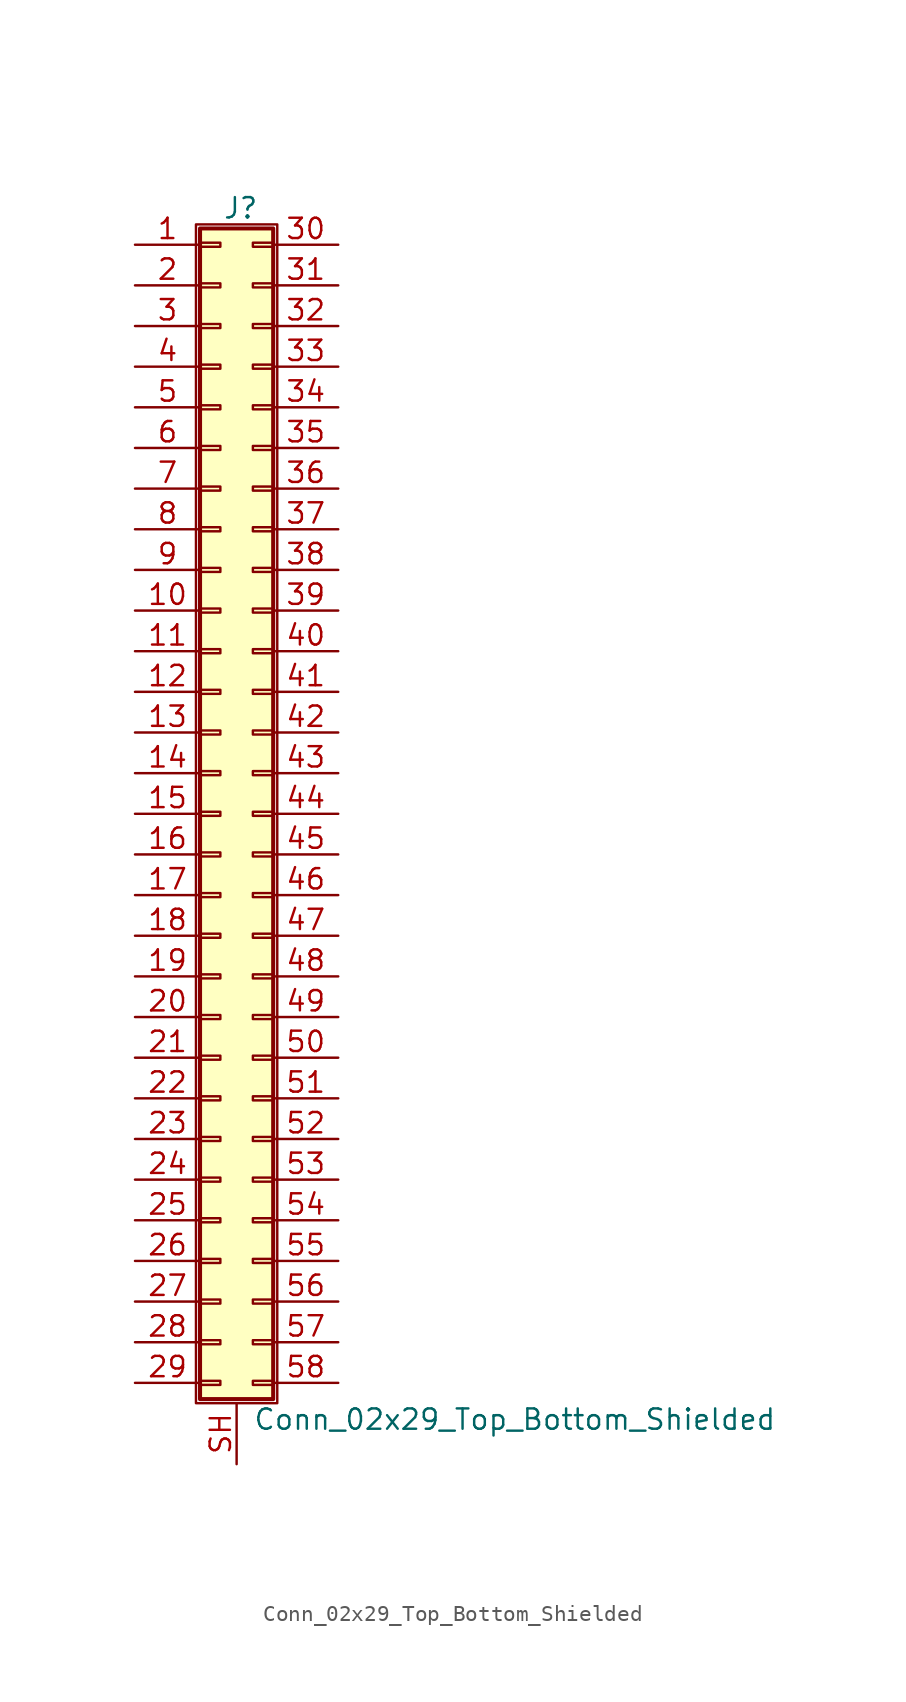
<source format=kicad_sym>
(kicad_symbol_lib
  (version 20201005)
  (generator kicad_symbol_editor)
  (symbol "Conn_02x29_Top_Bottom_Shielded"
    (pin_names
      (offset 1.016) hide)
    (property "Reference" "J"
      (at 1.524 37.846 0)
      (effects (font (size 1.27 1.27))))
    (property "Value" "Conn_02x29_Top_Bottom_Shielded"
      (at 2.286 -37.846 0)
      (effects (font (size 1.27 1.27)) (justify left)))
    (symbol "Conn_02x29_Top_Bottom_Shielded_1_1"
      (rectangle (start -1.27 36.83) (end 3.81 -36.83) (stroke (width 0.152)) (fill (type none)))
      (rectangle (start -1.016 -35.433) (end 0.254 -35.687) (stroke (width 0.152)) (fill (type none)))
      (rectangle (start -1.016 -32.893) (end 0.254 -33.147) (stroke (width 0.152)) (fill (type none)))
      (rectangle (start -1.016 -30.353) (end 0.254 -30.607) (stroke (width 0.152)) (fill (type none)))
      (rectangle (start -1.016 -27.813) (end 0.254 -28.067) (stroke (width 0.152)) (fill (type none)))
      (rectangle (start -1.016 -25.273) (end 0.254 -25.527) (stroke (width 0.152)) (fill (type none)))
      (rectangle (start -1.016 -22.733) (end 0.254 -22.987) (stroke (width 0.152)) (fill (type none)))
      (rectangle (start -1.016 -20.193) (end 0.254 -20.447) (stroke (width 0.152)) (fill (type none)))
      (rectangle (start -1.016 -17.653) (end 0.254 -17.907) (stroke (width 0.152)) (fill (type none)))
      (rectangle (start -1.016 -15.113) (end 0.254 -15.367) (stroke (width 0.152)) (fill (type none)))
      (rectangle (start -1.016 -12.573) (end 0.254 -12.827) (stroke (width 0.152)) (fill (type none)))
      (rectangle (start -1.016 -10.033) (end 0.254 -10.287) (stroke (width 0.152)) (fill (type none)))
      (rectangle (start -1.016 -7.493) (end 0.254 -7.747) (stroke (width 0.152)) (fill (type none)))
      (rectangle (start -1.016 -4.953) (end 0.254 -5.207) (stroke (width 0.152)) (fill (type none)))
      (rectangle (start -1.016 -2.413) (end 0.254 -2.667) (stroke (width 0.152)) (fill (type none)))
      (rectangle (start -1.016 0.127) (end 0.254 -0.127) (stroke (width 0.152)) (fill (type none)))
      (rectangle (start -1.016 2.667) (end 0.254 2.413) (stroke (width 0.152)) (fill (type none)))
      (rectangle (start -1.016 5.207) (end 0.254 4.953) (stroke (width 0.152)) (fill (type none)))
      (rectangle (start -1.016 7.747) (end 0.254 7.493) (stroke (width 0.152)) (fill (type none)))
      (rectangle (start -1.016 10.287) (end 0.254 10.033) (stroke (width 0.152)) (fill (type none)))
      (rectangle (start -1.016 12.827) (end 0.254 12.573) (stroke (width 0.152)) (fill (type none)))
      (rectangle (start -1.016 15.367) (end 0.254 15.113) (stroke (width 0.152)) (fill (type none)))
      (rectangle (start -1.016 17.907) (end 0.254 17.653) (stroke (width 0.152)) (fill (type none)))
      (rectangle (start -1.016 20.447) (end 0.254 20.193) (stroke (width 0.152)) (fill (type none)))
      (rectangle (start -1.016 22.987) (end 0.254 22.733) (stroke (width 0.152)) (fill (type none)))
      (rectangle (start -1.016 25.527) (end 0.254 25.273) (stroke (width 0.152)) (fill (type none)))
      (rectangle (start -1.016 28.067) (end 0.254 27.813) (stroke (width 0.152)) (fill (type none)))
      (rectangle (start -1.016 30.607) (end 0.254 30.353) (stroke (width 0.152)) (fill (type none)))
      (rectangle (start -1.016 33.147) (end 0.254 32.893) (stroke (width 0.152)) (fill (type none)))
      (rectangle (start -1.016 35.687) (end 0.254 35.433) (stroke (width 0.152)) (fill (type none)))
      (rectangle (start -1.016 36.576) (end 3.556 -36.576) (stroke (width 0.254)) (fill (type background)))
      (rectangle (start 3.556 -35.433) (end 2.286 -35.687) (stroke (width 0.152)) (fill (type none)))
      (rectangle (start 3.556 -32.893) (end 2.286 -33.147) (stroke (width 0.152)) (fill (type none)))
      (rectangle (start 3.556 -30.353) (end 2.286 -30.607) (stroke (width 0.152)) (fill (type none)))
      (rectangle (start 3.556 -27.813) (end 2.286 -28.067) (stroke (width 0.152)) (fill (type none)))
      (rectangle (start 3.556 -25.273) (end 2.286 -25.527) (stroke (width 0.152)) (fill (type none)))
      (rectangle (start 3.556 -22.733) (end 2.286 -22.987) (stroke (width 0.152)) (fill (type none)))
      (rectangle (start 3.556 -20.193) (end 2.286 -20.447) (stroke (width 0.152)) (fill (type none)))
      (rectangle (start 3.556 -17.653) (end 2.286 -17.907) (stroke (width 0.152)) (fill (type none)))
      (rectangle (start 3.556 -15.113) (end 2.286 -15.367) (stroke (width 0.152)) (fill (type none)))
      (rectangle (start 3.556 -12.573) (end 2.286 -12.827) (stroke (width 0.152)) (fill (type none)))
      (rectangle (start 3.556 -10.033) (end 2.286 -10.287) (stroke (width 0.152)) (fill (type none)))
      (rectangle (start 3.556 -7.493) (end 2.286 -7.747) (stroke (width 0.152)) (fill (type none)))
      (rectangle (start 3.556 -4.953) (end 2.286 -5.207) (stroke (width 0.152)) (fill (type none)))
      (rectangle (start 3.556 -2.413) (end 2.286 -2.667) (stroke (width 0.152)) (fill (type none)))
      (rectangle (start 3.556 0.127) (end 2.286 -0.127) (stroke (width 0.152)) (fill (type none)))
      (rectangle (start 3.556 2.667) (end 2.286 2.413) (stroke (width 0.152)) (fill (type none)))
      (rectangle (start 3.556 5.207) (end 2.286 4.953) (stroke (width 0.152)) (fill (type none)))
      (rectangle (start 3.556 7.747) (end 2.286 7.493) (stroke (width 0.152)) (fill (type none)))
      (rectangle (start 3.556 10.287) (end 2.286 10.033) (stroke (width 0.152)) (fill (type none)))
      (rectangle (start 3.556 12.827) (end 2.286 12.573) (stroke (width 0.152)) (fill (type none)))
      (rectangle (start 3.556 15.367) (end 2.286 15.113) (stroke (width 0.152)) (fill (type none)))
      (rectangle (start 3.556 17.907) (end 2.286 17.653) (stroke (width 0.152)) (fill (type none)))
      (rectangle (start 3.556 20.447) (end 2.286 20.193) (stroke (width 0.152)) (fill (type none)))
      (rectangle (start 3.556 22.987) (end 2.286 22.733) (stroke (width 0.152)) (fill (type none)))
      (rectangle (start 3.556 25.527) (end 2.286 25.273) (stroke (width 0.152)) (fill (type none)))
      (rectangle (start 3.556 28.067) (end 2.286 27.813) (stroke (width 0.152)) (fill (type none)))
      (rectangle (start 3.556 30.607) (end 2.286 30.353) (stroke (width 0.152)) (fill (type none)))
      (rectangle (start 3.556 33.147) (end 2.286 32.893) (stroke (width 0.152)) (fill (type none)))
      (rectangle (start 3.556 35.687) (end 2.286 35.433) (stroke (width 0.152)) (fill (type none)))
      (pin passive line (at -5.08 35.56 0) (length 4.064) (name "Pin_1" (effects (font (size 1.27 1.27)))) (number "1" (effects (font (size 1.27 1.27)))))
      (pin passive line (at -5.08 12.7 0) (length 4.064) (name "Pin_10" (effects (font (size 1.27 1.27)))) (number "10" (effects (font (size 1.27 1.27)))))
      (pin passive line (at -5.08 10.16 0) (length 4.064) (name "Pin_11" (effects (font (size 1.27 1.27)))) (number "11" (effects (font (size 1.27 1.27)))))
      (pin passive line (at -5.08 7.62 0) (length 4.064) (name "Pin_12" (effects (font (size 1.27 1.27)))) (number "12" (effects (font (size 1.27 1.27)))))
      (pin passive line (at -5.08 5.08 0) (length 4.064) (name "Pin_13" (effects (font (size 1.27 1.27)))) (number "13" (effects (font (size 1.27 1.27)))))
      (pin passive line (at -5.08 2.54 0) (length 4.064) (name "Pin_14" (effects (font (size 1.27 1.27)))) (number "14" (effects (font (size 1.27 1.27)))))
      (pin passive line (at -5.08 0 0) (length 4.064) (name "Pin_15" (effects (font (size 1.27 1.27)))) (number "15" (effects (font (size 1.27 1.27)))))
      (pin passive line (at -5.08 -2.54 0) (length 4.064) (name "Pin_16" (effects (font (size 1.27 1.27)))) (number "16" (effects (font (size 1.27 1.27)))))
      (pin passive line (at -5.08 -5.08 0) (length 4.064) (name "Pin_17" (effects (font (size 1.27 1.27)))) (number "17" (effects (font (size 1.27 1.27)))))
      (pin passive line (at -5.08 -7.62 0) (length 4.064) (name "Pin_18" (effects (font (size 1.27 1.27)))) (number "18" (effects (font (size 1.27 1.27)))))
      (pin passive line (at -5.08 -10.16 0) (length 4.064) (name "Pin_19" (effects (font (size 1.27 1.27)))) (number "19" (effects (font (size 1.27 1.27)))))
      (pin passive line (at -5.08 33.02 0) (length 4.064) (name "Pin_2" (effects (font (size 1.27 1.27)))) (number "2" (effects (font (size 1.27 1.27)))))
      (pin passive line (at -5.08 -12.7 0) (length 4.064) (name "Pin_20" (effects (font (size 1.27 1.27)))) (number "20" (effects (font (size 1.27 1.27)))))
      (pin passive line (at -5.08 -15.24 0) (length 4.064) (name "Pin_21" (effects (font (size 1.27 1.27)))) (number "21" (effects (font (size 1.27 1.27)))))
      (pin passive line (at -5.08 -17.78 0) (length 4.064) (name "Pin_22" (effects (font (size 1.27 1.27)))) (number "22" (effects (font (size 1.27 1.27)))))
      (pin passive line (at -5.08 -20.32 0) (length 4.064) (name "Pin_23" (effects (font (size 1.27 1.27)))) (number "23" (effects (font (size 1.27 1.27)))))
      (pin passive line (at -5.08 -22.86 0) (length 4.064) (name "Pin_24" (effects (font (size 1.27 1.27)))) (number "24" (effects (font (size 1.27 1.27)))))
      (pin passive line (at -5.08 -25.4 0) (length 4.064) (name "Pin_25" (effects (font (size 1.27 1.27)))) (number "25" (effects (font (size 1.27 1.27)))))
      (pin passive line (at -5.08 -27.94 0) (length 4.064) (name "Pin_26" (effects (font (size 1.27 1.27)))) (number "26" (effects (font (size 1.27 1.27)))))
      (pin passive line (at -5.08 -30.48 0) (length 4.064) (name "Pin_27" (effects (font (size 1.27 1.27)))) (number "27" (effects (font (size 1.27 1.27)))))
      (pin passive line (at -5.08 -33.02 0) (length 4.064) (name "Pin_28" (effects (font (size 1.27 1.27)))) (number "28" (effects (font (size 1.27 1.27)))))
      (pin passive line (at -5.08 -35.56 0) (length 4.064) (name "Pin_29" (effects (font (size 1.27 1.27)))) (number "29" (effects (font (size 1.27 1.27)))))
      (pin passive line (at -5.08 30.48 0) (length 4.064) (name "Pin_3" (effects (font (size 1.27 1.27)))) (number "3" (effects (font (size 1.27 1.27)))))
      (pin passive line (at 7.62 35.56 180) (length 4.064) (name "Pin_30" (effects (font (size 1.27 1.27)))) (number "30" (effects (font (size 1.27 1.27)))))
      (pin passive line (at 7.62 33.02 180) (length 4.064) (name "Pin_31" (effects (font (size 1.27 1.27)))) (number "31" (effects (font (size 1.27 1.27)))))
      (pin passive line (at 7.62 30.48 180) (length 4.064) (name "Pin_32" (effects (font (size 1.27 1.27)))) (number "32" (effects (font (size 1.27 1.27)))))
      (pin passive line (at 7.62 27.94 180) (length 4.064) (name "Pin_33" (effects (font (size 1.27 1.27)))) (number "33" (effects (font (size 1.27 1.27)))))
      (pin passive line (at 7.62 25.4 180) (length 4.064) (name "Pin_34" (effects (font (size 1.27 1.27)))) (number "34" (effects (font (size 1.27 1.27)))))
      (pin passive line (at 7.62 22.86 180) (length 4.064) (name "Pin_35" (effects (font (size 1.27 1.27)))) (number "35" (effects (font (size 1.27 1.27)))))
      (pin passive line (at 7.62 20.32 180) (length 4.064) (name "Pin_36" (effects (font (size 1.27 1.27)))) (number "36" (effects (font (size 1.27 1.27)))))
      (pin passive line (at 7.62 17.78 180) (length 4.064) (name "Pin_37" (effects (font (size 1.27 1.27)))) (number "37" (effects (font (size 1.27 1.27)))))
      (pin passive line (at 7.62 15.24 180) (length 4.064) (name "Pin_38" (effects (font (size 1.27 1.27)))) (number "38" (effects (font (size 1.27 1.27)))))
      (pin passive line (at 7.62 12.7 180) (length 4.064) (name "Pin_39" (effects (font (size 1.27 1.27)))) (number "39" (effects (font (size 1.27 1.27)))))
      (pin passive line (at -5.08 27.94 0) (length 4.064) (name "Pin_4" (effects (font (size 1.27 1.27)))) (number "4" (effects (font (size 1.27 1.27)))))
      (pin passive line (at 7.62 10.16 180) (length 4.064) (name "Pin_40" (effects (font (size 1.27 1.27)))) (number "40" (effects (font (size 1.27 1.27)))))
      (pin passive line (at 7.62 7.62 180) (length 4.064) (name "Pin_41" (effects (font (size 1.27 1.27)))) (number "41" (effects (font (size 1.27 1.27)))))
      (pin passive line (at 7.62 5.08 180) (length 4.064) (name "Pin_42" (effects (font (size 1.27 1.27)))) (number "42" (effects (font (size 1.27 1.27)))))
      (pin passive line (at 7.62 2.54 180) (length 4.064) (name "Pin_43" (effects (font (size 1.27 1.27)))) (number "43" (effects (font (size 1.27 1.27)))))
      (pin passive line (at 7.62 0 180) (length 4.064) (name "Pin_44" (effects (font (size 1.27 1.27)))) (number "44" (effects (font (size 1.27 1.27)))))
      (pin passive line (at 7.62 -2.54 180) (length 4.064) (name "Pin_45" (effects (font (size 1.27 1.27)))) (number "45" (effects (font (size 1.27 1.27)))))
      (pin passive line (at 7.62 -5.08 180) (length 4.064) (name "Pin_46" (effects (font (size 1.27 1.27)))) (number "46" (effects (font (size 1.27 1.27)))))
      (pin passive line (at 7.62 -7.62 180) (length 4.064) (name "Pin_47" (effects (font (size 1.27 1.27)))) (number "47" (effects (font (size 1.27 1.27)))))
      (pin passive line (at 7.62 -10.16 180) (length 4.064) (name "Pin_48" (effects (font (size 1.27 1.27)))) (number "48" (effects (font (size 1.27 1.27)))))
      (pin passive line (at 7.62 -12.7 180) (length 4.064) (name "Pin_49" (effects (font (size 1.27 1.27)))) (number "49" (effects (font (size 1.27 1.27)))))
      (pin passive line (at -5.08 25.4 0) (length 4.064) (name "Pin_5" (effects (font (size 1.27 1.27)))) (number "5" (effects (font (size 1.27 1.27)))))
      (pin passive line (at 7.62 -15.24 180) (length 4.064) (name "Pin_50" (effects (font (size 1.27 1.27)))) (number "50" (effects (font (size 1.27 1.27)))))
      (pin passive line (at 7.62 -17.78 180) (length 4.064) (name "Pin_51" (effects (font (size 1.27 1.27)))) (number "51" (effects (font (size 1.27 1.27)))))
      (pin passive line (at 7.62 -20.32 180) (length 4.064) (name "Pin_52" (effects (font (size 1.27 1.27)))) (number "52" (effects (font (size 1.27 1.27)))))
      (pin passive line (at 7.62 -22.86 180) (length 4.064) (name "Pin_53" (effects (font (size 1.27 1.27)))) (number "53" (effects (font (size 1.27 1.27)))))
      (pin passive line (at 7.62 -25.4 180) (length 4.064) (name "Pin_54" (effects (font (size 1.27 1.27)))) (number "54" (effects (font (size 1.27 1.27)))))
      (pin passive line (at 7.62 -27.94 180) (length 4.064) (name "Pin_55" (effects (font (size 1.27 1.27)))) (number "55" (effects (font (size 1.27 1.27)))))
      (pin passive line (at 7.62 -30.48 180) (length 4.064) (name "Pin_56" (effects (font (size 1.27 1.27)))) (number "56" (effects (font (size 1.27 1.27)))))
      (pin passive line (at 7.62 -33.02 180) (length 4.064) (name "Pin_57" (effects (font (size 1.27 1.27)))) (number "57" (effects (font (size 1.27 1.27)))))
      (pin passive line (at 7.62 -35.56 180) (length 4.064) (name "Pin_58" (effects (font (size 1.27 1.27)))) (number "58" (effects (font (size 1.27 1.27)))))
      (pin passive line (at -5.08 22.86 0) (length 4.064) (name "Pin_6" (effects (font (size 1.27 1.27)))) (number "6" (effects (font (size 1.27 1.27)))))
      (pin passive line (at -5.08 20.32 0) (length 4.064) (name "Pin_7" (effects (font (size 1.27 1.27)))) (number "7" (effects (font (size 1.27 1.27)))))
      (pin passive line (at -5.08 17.78 0) (length 4.064) (name "Pin_8" (effects (font (size 1.27 1.27)))) (number "8" (effects (font (size 1.27 1.27)))))
      (pin passive line (at -5.08 15.24 0) (length 4.064) (name "Pin_9" (effects (font (size 1.27 1.27)))) (number "9" (effects (font (size 1.27 1.27)))))
      (pin passive line (at 1.27 -40.64 90) (length 3.81) (name "Shield" (effects (font (size 1.27 1.27)))) (number "SH" (effects (font (size 1.27 1.27))))))))
</source>
